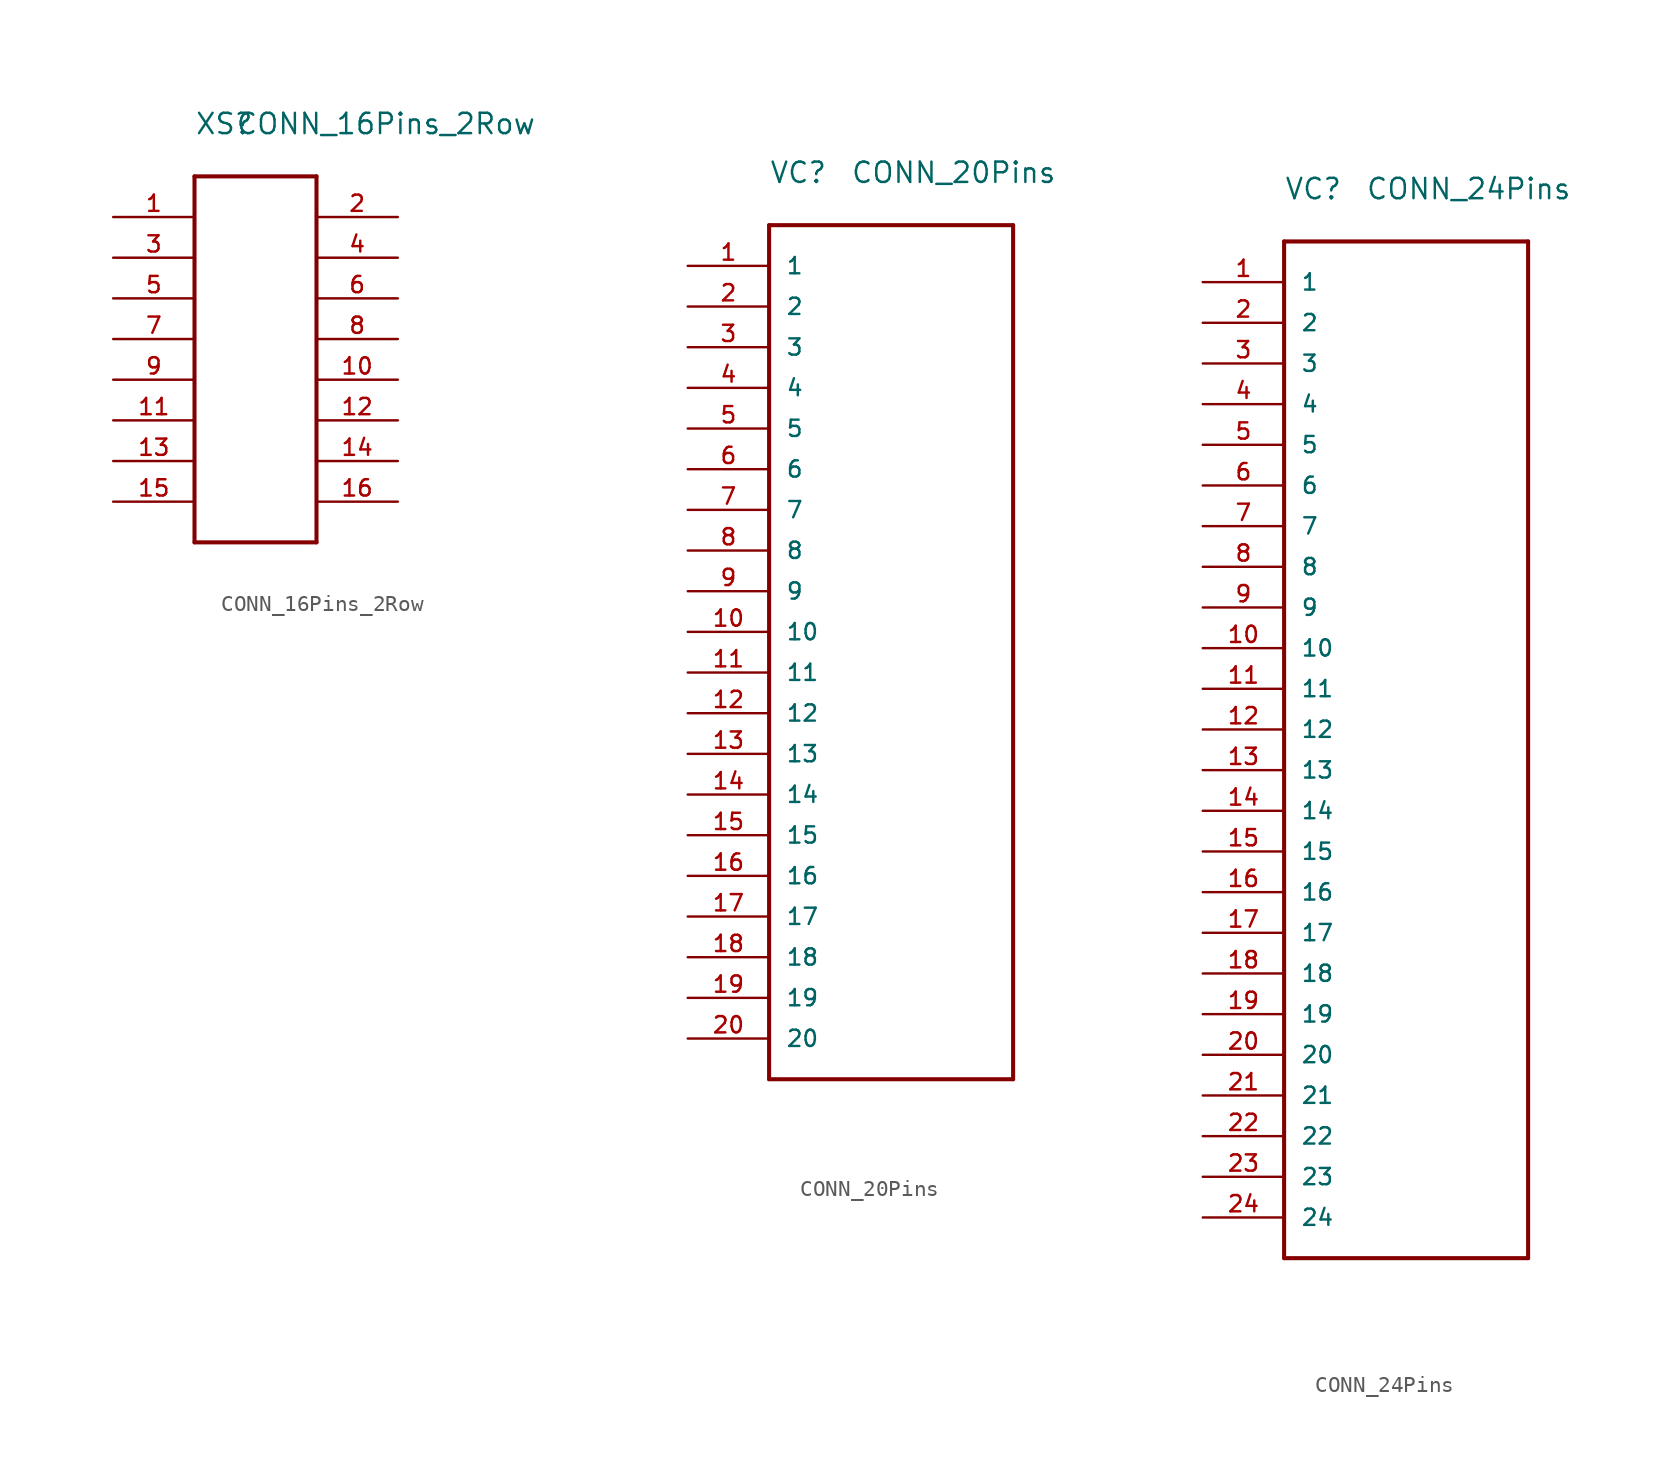
<source format=kicad_sym>
(kicad_symbol_lib
  (version 20220914)
  (generator kicad_symbol_editor)
  (symbol "CONN_16Pins_2Row"
    (pin_names
      (offset 1.016))
    (property "Reference" "XS"
      (at 0 2.54 0)
      (effects (font (size 1.27 1.27)) (justify left bottom)))
    (property "Value" "CONN_16Pins_2Row"
      (at 2.54 2.54 0)
      (effects (font (size 1.27 1.27)) (justify left bottom)))
    (symbol "CONN_16Pins_2Row_1_0"
      (polyline (pts (xy 0 -22.86) (xy 0 0)) (stroke (width 0.254) (type solid)) (fill (type none)))
      (polyline (pts (xy 0 0) (xy 7.62 0)) (stroke (width 0.254) (type solid)) (fill (type none)))
      (polyline (pts (xy 7.62 -22.86) (xy 0 -22.86)) (stroke (width 0.254) (type solid)) (fill (type none)))
      (polyline (pts (xy 7.62 0) (xy 7.62 -22.86)) (stroke (width 0.254) (type solid)) (fill (type none))))
    (symbol "CONN_16Pins_2Row_1_1"
      (pin passive line (at -5.08 -2.54 0) (length 5.08) (name "~" (effects (font (size 1.016 1.016)))) (number "1" (effects (font (size 1.016 1.016)))))
      (pin passive line (at 12.7 -12.7 180) (length 5.08) (name "~" (effects (font (size 1.016 1.016)))) (number "10" (effects (font (size 1.016 1.016)))))
      (pin passive line (at -5.08 -15.24 0) (length 5.08) (name "~" (effects (font (size 1.016 1.016)))) (number "11" (effects (font (size 1.016 1.016)))))
      (pin passive line (at 12.7 -15.24 180) (length 5.08) (name "~" (effects (font (size 1.016 1.016)))) (number "12" (effects (font (size 1.016 1.016)))))
      (pin passive line (at -5.08 -17.78 0) (length 5.08) (name "~" (effects (font (size 1.016 1.016)))) (number "13" (effects (font (size 1.016 1.016)))))
      (pin passive line (at 12.7 -17.78 180) (length 5.08) (name "~" (effects (font (size 1.016 1.016)))) (number "14" (effects (font (size 1.016 1.016)))))
      (pin passive line (at -5.08 -20.32 0) (length 5.08) (name "~" (effects (font (size 1.016 1.016)))) (number "15" (effects (font (size 1.016 1.016)))))
      (pin passive line (at 12.7 -20.32 180) (length 5.08) (name "~" (effects (font (size 1.016 1.016)))) (number "16" (effects (font (size 1.016 1.016)))))
      (pin passive line (at 12.7 -2.54 180) (length 5.08) (name "~" (effects (font (size 1.016 1.016)))) (number "2" (effects (font (size 1.016 1.016)))))
      (pin passive line (at -5.08 -5.08 0) (length 5.08) (name "~" (effects (font (size 1.016 1.016)))) (number "3" (effects (font (size 1.016 1.016)))))
      (pin passive line (at 12.7 -5.08 180) (length 5.08) (name "~" (effects (font (size 1.016 1.016)))) (number "4" (effects (font (size 1.016 1.016)))))
      (pin passive line (at -5.08 -7.62 0) (length 5.08) (name "~" (effects (font (size 1.016 1.016)))) (number "5" (effects (font (size 1.016 1.016)))))
      (pin passive line (at 12.7 -7.62 180) (length 5.08) (name "~" (effects (font (size 1.016 1.016)))) (number "6" (effects (font (size 1.016 1.016)))))
      (pin passive line (at -5.08 -10.16 0) (length 5.08) (name "~" (effects (font (size 1.016 1.016)))) (number "7" (effects (font (size 1.016 1.016)))))
      (pin passive line (at 12.7 -10.16 180) (length 5.08) (name "~" (effects (font (size 1.016 1.016)))) (number "8" (effects (font (size 1.016 1.016)))))
      (pin passive line (at -5.08 -12.7 0) (length 5.08) (name "~" (effects (font (size 1.016 1.016)))) (number "9" (effects (font (size 1.016 1.016)))))))
  (symbol "CONN_20Pins"
    (pin_names
      (offset 1.016))
    (property "Reference" "VC"
      (at 0 2.54 0)
      (effects (font (size 1.27 1.27)) (justify left bottom)))
    (property "Value" "CONN_20Pins"
      (at 5.08 2.54 0)
      (effects (font (size 1.27 1.27)) (justify left bottom)))
    (symbol "CONN_20Pins_1_0"
      (polyline (pts (xy 0 -53.34) (xy 0 0)) (stroke (width 0.254) (type solid)) (fill (type none)))
      (polyline (pts (xy 15.24 -53.34) (xy 0 -53.34)) (stroke (width 0.254) (type solid)) (fill (type none)))
      (polyline (pts (xy 15.24 0) (xy 0 0)) (stroke (width 0.254) (type solid)) (fill (type none)))
      (polyline (pts (xy 15.24 0) (xy 15.24 -53.34)) (stroke (width 0.254) (type solid)) (fill (type none))))
    (symbol "CONN_20Pins_1_1"
      (pin passive line (at -5.08 -2.54 0) (length 5.08) (name "1" (effects (font (size 1.016 1.016)))) (number "1" (effects (font (size 1.016 1.016)))))
      (pin passive line (at -5.08 -25.4 0) (length 5.08) (name "10" (effects (font (size 1.016 1.016)))) (number "10" (effects (font (size 1.016 1.016)))))
      (pin passive line (at -5.08 -27.94 0) (length 5.08) (name "11" (effects (font (size 1.016 1.016)))) (number "11" (effects (font (size 1.016 1.016)))))
      (pin passive line (at -5.08 -30.48 0) (length 5.08) (name "12" (effects (font (size 1.016 1.016)))) (number "12" (effects (font (size 1.016 1.016)))))
      (pin passive line (at -5.08 -33.02 0) (length 5.08) (name "13" (effects (font (size 1.016 1.016)))) (number "13" (effects (font (size 1.016 1.016)))))
      (pin passive line (at -5.08 -35.56 0) (length 5.08) (name "14" (effects (font (size 1.016 1.016)))) (number "14" (effects (font (size 1.016 1.016)))))
      (pin passive line (at -5.08 -38.1 0) (length 5.08) (name "15" (effects (font (size 1.016 1.016)))) (number "15" (effects (font (size 1.016 1.016)))))
      (pin passive line (at -5.08 -40.64 0) (length 5.08) (name "16" (effects (font (size 1.016 1.016)))) (number "16" (effects (font (size 1.016 1.016)))))
      (pin passive line (at -5.08 -43.18 0) (length 5.08) (name "17" (effects (font (size 1.016 1.016)))) (number "17" (effects (font (size 1.016 1.016)))))
      (pin passive line (at -5.08 -45.72 0) (length 5.08) (name "18" (effects (font (size 1.016 1.016)))) (number "18" (effects (font (size 1.016 1.016)))))
      (pin passive line (at -5.08 -48.26 0) (length 5.08) (name "19" (effects (font (size 1.016 1.016)))) (number "19" (effects (font (size 1.016 1.016)))))
      (pin passive line (at -5.08 -5.08 0) (length 5.08) (name "2" (effects (font (size 1.016 1.016)))) (number "2" (effects (font (size 1.016 1.016)))))
      (pin passive line (at -5.08 -50.8 0) (length 5.08) (name "20" (effects (font (size 1.016 1.016)))) (number "20" (effects (font (size 1.016 1.016)))))
      (pin passive line (at -5.08 -7.62 0) (length 5.08) (name "3" (effects (font (size 1.016 1.016)))) (number "3" (effects (font (size 1.016 1.016)))))
      (pin passive line (at -5.08 -10.16 0) (length 5.08) (name "4" (effects (font (size 1.016 1.016)))) (number "4" (effects (font (size 1.016 1.016)))))
      (pin passive line (at -5.08 -12.7 0) (length 5.08) (name "5" (effects (font (size 1.016 1.016)))) (number "5" (effects (font (size 1.016 1.016)))))
      (pin passive line (at -5.08 -15.24 0) (length 5.08) (name "6" (effects (font (size 1.016 1.016)))) (number "6" (effects (font (size 1.016 1.016)))))
      (pin passive line (at -5.08 -17.78 0) (length 5.08) (name "7" (effects (font (size 1.016 1.016)))) (number "7" (effects (font (size 1.016 1.016)))))
      (pin passive line (at -5.08 -20.32 0) (length 5.08) (name "8" (effects (font (size 1.016 1.016)))) (number "8" (effects (font (size 1.016 1.016)))))
      (pin passive line (at -5.08 -22.86 0) (length 5.08) (name "9" (effects (font (size 1.016 1.016)))) (number "9" (effects (font (size 1.016 1.016)))))))
  (symbol "CONN_24Pins"
    (pin_names
      (offset 1.016))
    (property "Reference" "VC"
      (at 0 2.54 0)
      (effects (font (size 1.27 1.27)) (justify left bottom)))
    (property "Value" "CONN_24Pins"
      (at 5.08 2.54 0)
      (effects (font (size 1.27 1.27)) (justify left bottom)))
    (symbol "CONN_24Pins_1_0"
      (polyline (pts (xy 0 -63.5) (xy 0 0)) (stroke (width 0.254) (type solid)) (fill (type none)))
      (polyline (pts (xy 15.24 -63.5) (xy 0 -63.5)) (stroke (width 0.254) (type solid)) (fill (type none)))
      (polyline (pts (xy 15.24 0) (xy 0 0)) (stroke (width 0.254) (type solid)) (fill (type none)))
      (polyline (pts (xy 15.24 0) (xy 15.24 -63.5)) (stroke (width 0.254) (type solid)) (fill (type none))))
    (symbol "CONN_24Pins_1_1"
      (pin passive line (at -5.08 -2.54 0) (length 5.08) (name "1" (effects (font (size 1.016 1.016)))) (number "1" (effects (font (size 1.016 1.016)))))
      (pin passive line (at -5.08 -25.4 0) (length 5.08) (name "10" (effects (font (size 1.016 1.016)))) (number "10" (effects (font (size 1.016 1.016)))))
      (pin passive line (at -5.08 -27.94 0) (length 5.08) (name "11" (effects (font (size 1.016 1.016)))) (number "11" (effects (font (size 1.016 1.016)))))
      (pin passive line (at -5.08 -30.48 0) (length 5.08) (name "12" (effects (font (size 1.016 1.016)))) (number "12" (effects (font (size 1.016 1.016)))))
      (pin passive line (at -5.08 -33.02 0) (length 5.08) (name "13" (effects (font (size 1.016 1.016)))) (number "13" (effects (font (size 1.016 1.016)))))
      (pin passive line (at -5.08 -35.56 0) (length 5.08) (name "14" (effects (font (size 1.016 1.016)))) (number "14" (effects (font (size 1.016 1.016)))))
      (pin passive line (at -5.08 -38.1 0) (length 5.08) (name "15" (effects (font (size 1.016 1.016)))) (number "15" (effects (font (size 1.016 1.016)))))
      (pin passive line (at -5.08 -40.64 0) (length 5.08) (name "16" (effects (font (size 1.016 1.016)))) (number "16" (effects (font (size 1.016 1.016)))))
      (pin passive line (at -5.08 -43.18 0) (length 5.08) (name "17" (effects (font (size 1.016 1.016)))) (number "17" (effects (font (size 1.016 1.016)))))
      (pin passive line (at -5.08 -45.72 0) (length 5.08) (name "18" (effects (font (size 1.016 1.016)))) (number "18" (effects (font (size 1.016 1.016)))))
      (pin passive line (at -5.08 -48.26 0) (length 5.08) (name "19" (effects (font (size 1.016 1.016)))) (number "19" (effects (font (size 1.016 1.016)))))
      (pin passive line (at -5.08 -5.08 0) (length 5.08) (name "2" (effects (font (size 1.016 1.016)))) (number "2" (effects (font (size 1.016 1.016)))))
      (pin passive line (at -5.08 -50.8 0) (length 5.08) (name "20" (effects (font (size 1.016 1.016)))) (number "20" (effects (font (size 1.016 1.016)))))
      (pin passive line (at -5.08 -53.34 0) (length 5.08) (name "21" (effects (font (size 1.016 1.016)))) (number "21" (effects (font (size 1.016 1.016)))))
      (pin passive line (at -5.08 -55.88 0) (length 5.08) (name "22" (effects (font (size 1.016 1.016)))) (number "22" (effects (font (size 1.016 1.016)))))
      (pin passive line (at -5.08 -58.42 0) (length 5.08) (name "23" (effects (font (size 1.016 1.016)))) (number "23" (effects (font (size 1.016 1.016)))))
      (pin passive line (at -5.08 -60.96 0) (length 5.08) (name "24" (effects (font (size 1.016 1.016)))) (number "24" (effects (font (size 1.016 1.016)))))
      (pin passive line (at -5.08 -7.62 0) (length 5.08) (name "3" (effects (font (size 1.016 1.016)))) (number "3" (effects (font (size 1.016 1.016)))))
      (pin passive line (at -5.08 -10.16 0) (length 5.08) (name "4" (effects (font (size 1.016 1.016)))) (number "4" (effects (font (size 1.016 1.016)))))
      (pin passive line (at -5.08 -12.7 0) (length 5.08) (name "5" (effects (font (size 1.016 1.016)))) (number "5" (effects (font (size 1.016 1.016)))))
      (pin passive line (at -5.08 -15.24 0) (length 5.08) (name "6" (effects (font (size 1.016 1.016)))) (number "6" (effects (font (size 1.016 1.016)))))
      (pin passive line (at -5.08 -17.78 0) (length 5.08) (name "7" (effects (font (size 1.016 1.016)))) (number "7" (effects (font (size 1.016 1.016)))))
      (pin passive line (at -5.08 -20.32 0) (length 5.08) (name "8" (effects (font (size 1.016 1.016)))) (number "8" (effects (font (size 1.016 1.016)))))
      (pin passive line (at -5.08 -22.86 0) (length 5.08) (name "9" (effects (font (size 1.016 1.016)))) (number "9" (effects (font (size 1.016 1.016))))))))
</source>
